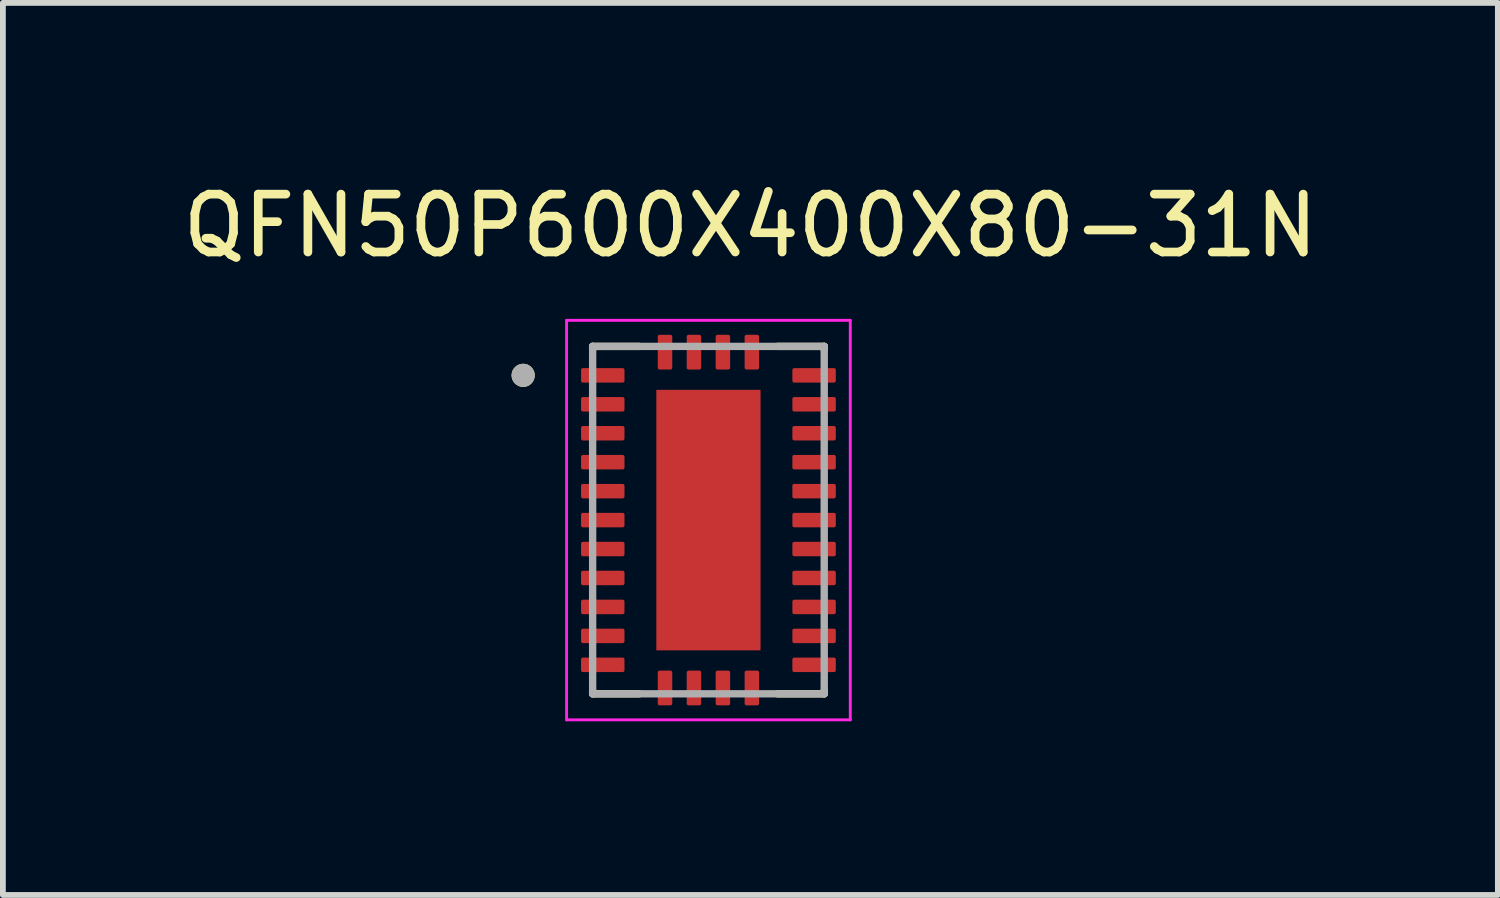
<source format=kicad_pcb>
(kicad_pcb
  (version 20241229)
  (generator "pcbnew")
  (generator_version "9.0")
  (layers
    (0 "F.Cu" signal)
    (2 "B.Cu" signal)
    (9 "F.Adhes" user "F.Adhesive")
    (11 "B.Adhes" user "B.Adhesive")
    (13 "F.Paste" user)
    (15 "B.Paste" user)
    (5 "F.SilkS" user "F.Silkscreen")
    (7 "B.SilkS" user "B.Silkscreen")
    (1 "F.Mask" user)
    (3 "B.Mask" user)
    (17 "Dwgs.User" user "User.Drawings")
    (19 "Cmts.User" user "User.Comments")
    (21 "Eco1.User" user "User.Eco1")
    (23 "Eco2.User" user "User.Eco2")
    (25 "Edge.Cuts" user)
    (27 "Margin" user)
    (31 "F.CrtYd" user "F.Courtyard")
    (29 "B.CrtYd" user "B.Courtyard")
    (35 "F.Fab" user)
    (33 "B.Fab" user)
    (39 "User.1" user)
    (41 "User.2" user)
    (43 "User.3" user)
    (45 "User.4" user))
  (footprint "QFN50P600X400X80-31N"
    (layer "F.Cu")
    (at 9.186 5.933)
    (property "Reference" "QFN50P600X400X80-31N" (at 0.725 -5.085 0) (layer "F.SilkS") (effects (font (size 1 1) (thickness 0.15))))
    (attr smd)
    (fp_line (start -2 -2.945) (end -2 -3) (stroke (width 0.127) (type solid)) (layer "F.SilkS"))
    (fp_line (start -2 3) (end -2 2.945) (stroke (width 0.127) (type solid)) (layer "F.SilkS"))
    (fp_line (start -1.195 -3) (end -2 -3) (stroke (width 0.127) (type solid)) (layer "F.SilkS"))
    (fp_line (start -1.195 3) (end -2 3) (stroke (width 0.127) (type solid)) (layer "F.SilkS"))
    (fp_line (start 2 -3) (end 1.195 -3) (stroke (width 0.127) (type solid)) (layer "F.SilkS"))
    (fp_line (start 2 -2.945) (end 2 -3) (stroke (width 0.127) (type solid)) (layer "F.SilkS"))
    (fp_line (start 2 3) (end 1.195 3) (stroke (width 0.127) (type solid)) (layer "F.SilkS"))
    (fp_line (start 2 3) (end 2 2.945) (stroke (width 0.127) (type solid)) (layer "F.SilkS"))
    (fp_circle (center -3.2 -2.5) (end -3.1 -2.5) (stroke (width 0.2) (type solid)) (fill no) (layer "F.SilkS"))
    (fp_poly (pts (xy -0.9 -2.18) (xy -0.1 -2.18) (xy -0.1 -1.24) (xy -0.9 -1.24)) (stroke (width 0.01) (type solid)) (fill yes) (layer "F.Paste"))
    (fp_poly (pts (xy -0.9 -1.04) (xy -0.1 -1.04) (xy -0.1 -0.1) (xy -0.9 -0.1)) (stroke (width 0.01) (type solid)) (fill yes) (layer "F.Paste"))
    (fp_poly (pts (xy -0.9 0.1) (xy -0.1 0.1) (xy -0.1 1.04) (xy -0.9 1.04)) (stroke (width 0.01) (type solid)) (fill yes) (layer "F.Paste"))
    (fp_poly (pts (xy -0.9 1.24) (xy -0.1 1.24) (xy -0.1 2.18) (xy -0.9 2.18)) (stroke (width 0.01) (type solid)) (fill yes) (layer "F.Paste"))
    (fp_poly (pts (xy 0.1 -2.18) (xy 0.9 -2.18) (xy 0.9 -1.24) (xy 0.1 -1.24)) (stroke (width 0.01) (type solid)) (fill yes) (layer "F.Paste"))
    (fp_poly (pts (xy 0.1 -1.04) (xy 0.9 -1.04) (xy 0.9 -0.1) (xy 0.1 -0.1)) (stroke (width 0.01) (type solid)) (fill yes) (layer "F.Paste"))
    (fp_poly (pts (xy 0.1 0.1) (xy 0.9 0.1) (xy 0.9 1.04) (xy 0.1 1.04)) (stroke (width 0.01) (type solid)) (fill yes) (layer "F.Paste"))
    (fp_poly (pts (xy 0.1 1.24) (xy 0.9 1.24) (xy 0.9 2.18) (xy 0.1 2.18)) (stroke (width 0.01) (type solid)) (fill yes) (layer "F.Paste"))
    (fp_line (start -2.45 -3.45) (end -2.45 3.45) (stroke (width 0.05) (type solid)) (layer "F.CrtYd"))
    (fp_line (start -2.45 3.45) (end 2.45 3.45) (stroke (width 0.05) (type solid)) (layer "F.CrtYd"))
    (fp_line (start 2.45 -3.45) (end -2.45 -3.45) (stroke (width 0.05) (type solid)) (layer "F.CrtYd"))
    (fp_line (start 2.45 3.45) (end 2.45 -3.45) (stroke (width 0.05) (type solid)) (layer "F.CrtYd"))
    (fp_line (start -2 3) (end -2 -3) (stroke (width 0.127) (type solid)) (layer "F.Fab"))
    (fp_line (start 2 -3) (end -2 -3) (stroke (width 0.127) (type solid)) (layer "F.Fab"))
    (fp_line (start 2 3) (end -2 3) (stroke (width 0.127) (type solid)) (layer "F.Fab"))
    (fp_line (start 2 3) (end 2 -3) (stroke (width 0.127) (type solid)) (layer "F.Fab"))
    (fp_circle (center -3.2 -2.5) (end -3.1 -2.5) (stroke (width 0.2) (type solid)) (fill no) (layer "F.Fab"))
    (pad "1" smd roundrect (at -1.825 -2.5) (size 0.75 0.25) (layers "F.Cu" "F.Mask" "F.Paste") (roundrect_rratio 0.125))
    (pad "2" smd roundrect (at -1.825 -2) (size 0.75 0.25) (layers "F.Cu" "F.Mask" "F.Paste") (roundrect_rratio 0.125))
    (pad "3" smd roundrect (at -1.825 -1.5) (size 0.75 0.25) (layers "F.Cu" "F.Mask" "F.Paste") (roundrect_rratio 0.125))
    (pad "4" smd roundrect (at -1.825 -1) (size 0.75 0.25) (layers "F.Cu" "F.Mask" "F.Paste") (roundrect_rratio 0.125))
    (pad "5" smd roundrect (at -1.825 -0.5) (size 0.75 0.25) (layers "F.Cu" "F.Mask" "F.Paste") (roundrect_rratio 0.125))
    (pad "6" smd roundrect (at -1.825 0) (size 0.75 0.25) (layers "F.Cu" "F.Mask" "F.Paste") (roundrect_rratio 0.125))
    (pad "7" smd roundrect (at -1.825 0.5) (size 0.75 0.25) (layers "F.Cu" "F.Mask" "F.Paste") (roundrect_rratio 0.125))
    (pad "8" smd roundrect (at -1.825 1) (size 0.75 0.25) (layers "F.Cu" "F.Mask" "F.Paste") (roundrect_rratio 0.125))
    (pad "9" smd roundrect (at -1.825 1.5) (size 0.75 0.25) (layers "F.Cu" "F.Mask" "F.Paste") (roundrect_rratio 0.125))
    (pad "10" smd roundrect (at -1.825 2) (size 0.75 0.25) (layers "F.Cu" "F.Mask" "F.Paste") (roundrect_rratio 0.125))
    (pad "11" smd roundrect (at -1.825 2.5) (size 0.75 0.25) (layers "F.Cu" "F.Mask" "F.Paste") (roundrect_rratio 0.125))
    (pad "12" smd roundrect (at -0.75 2.9) (size 0.25 0.6) (layers "F.Cu" "F.Mask" "F.Paste") (roundrect_rratio 0.125))
    (pad "13" smd roundrect (at -0.25 2.9) (size 0.25 0.6) (layers "F.Cu" "F.Mask" "F.Paste") (roundrect_rratio 0.125))
    (pad "14" smd roundrect (at 0.25 2.9) (size 0.25 0.6) (layers "F.Cu" "F.Mask" "F.Paste") (roundrect_rratio 0.125))
    (pad "15" smd roundrect (at 0.75 2.9) (size 0.25 0.6) (layers "F.Cu" "F.Mask" "F.Paste") (roundrect_rratio 0.125))
    (pad "16" smd roundrect (at 1.825 2.5) (size 0.75 0.25) (layers "F.Cu" "F.Mask" "F.Paste") (roundrect_rratio 0.125))
    (pad "17" smd roundrect (at 1.825 2) (size 0.75 0.25) (layers "F.Cu" "F.Mask" "F.Paste") (roundrect_rratio 0.125))
    (pad "18" smd roundrect (at 1.825 1.5) (size 0.75 0.25) (layers "F.Cu" "F.Mask" "F.Paste") (roundrect_rratio 0.125))
    (pad "19" smd roundrect (at 1.825 1) (size 0.75 0.25) (layers "F.Cu" "F.Mask" "F.Paste") (roundrect_rratio 0.125))
    (pad "20" smd roundrect (at 1.825 0.5) (size 0.75 0.25) (layers "F.Cu" "F.Mask" "F.Paste") (roundrect_rratio 0.125))
    (pad "21" smd roundrect (at 1.825 0) (size 0.75 0.25) (layers "F.Cu" "F.Mask" "F.Paste") (roundrect_rratio 0.125))
    (pad "22" smd roundrect (at 1.825 -0.5) (size 0.75 0.25) (layers "F.Cu" "F.Mask" "F.Paste") (roundrect_rratio 0.125))
    (pad "23" smd roundrect (at 1.825 -1) (size 0.75 0.25) (layers "F.Cu" "F.Mask" "F.Paste") (roundrect_rratio 0.125))
    (pad "24" smd roundrect (at 1.825 -1.5) (size 0.75 0.25) (layers "F.Cu" "F.Mask" "F.Paste") (roundrect_rratio 0.125))
    (pad "25" smd roundrect (at 1.825 -2) (size 0.75 0.25) (layers "F.Cu" "F.Mask" "F.Paste") (roundrect_rratio 0.125))
    (pad "26" smd roundrect (at 1.825 -2.5) (size 0.75 0.25) (layers "F.Cu" "F.Mask" "F.Paste") (roundrect_rratio 0.125))
    (pad "27" smd roundrect (at 0.75 -2.9) (size 0.25 0.6) (layers "F.Cu" "F.Mask" "F.Paste") (roundrect_rratio 0.125))
    (pad "28" smd roundrect (at 0.25 -2.9) (size 0.25 0.6) (layers "F.Cu" "F.Mask" "F.Paste") (roundrect_rratio 0.125))
    (pad "29" smd roundrect (at -0.25 -2.9) (size 0.25 0.6) (layers "F.Cu" "F.Mask" "F.Paste") (roundrect_rratio 0.125))
    (pad "30" smd roundrect (at -0.75 -2.9) (size 0.25 0.6) (layers "F.Cu" "F.Mask" "F.Paste") (roundrect_rratio 0.125))
    (pad "31" smd rect (at 0 0) (size 1.8 4.5) (layers "F.Cu" "F.Mask")))
  (gr_rect
    (start -3 -3)
    (end 22.821 12.408)
    (stroke (width 0.1) (type default))
    (fill no)
    (layer "Edge.Cuts")))
</source>
